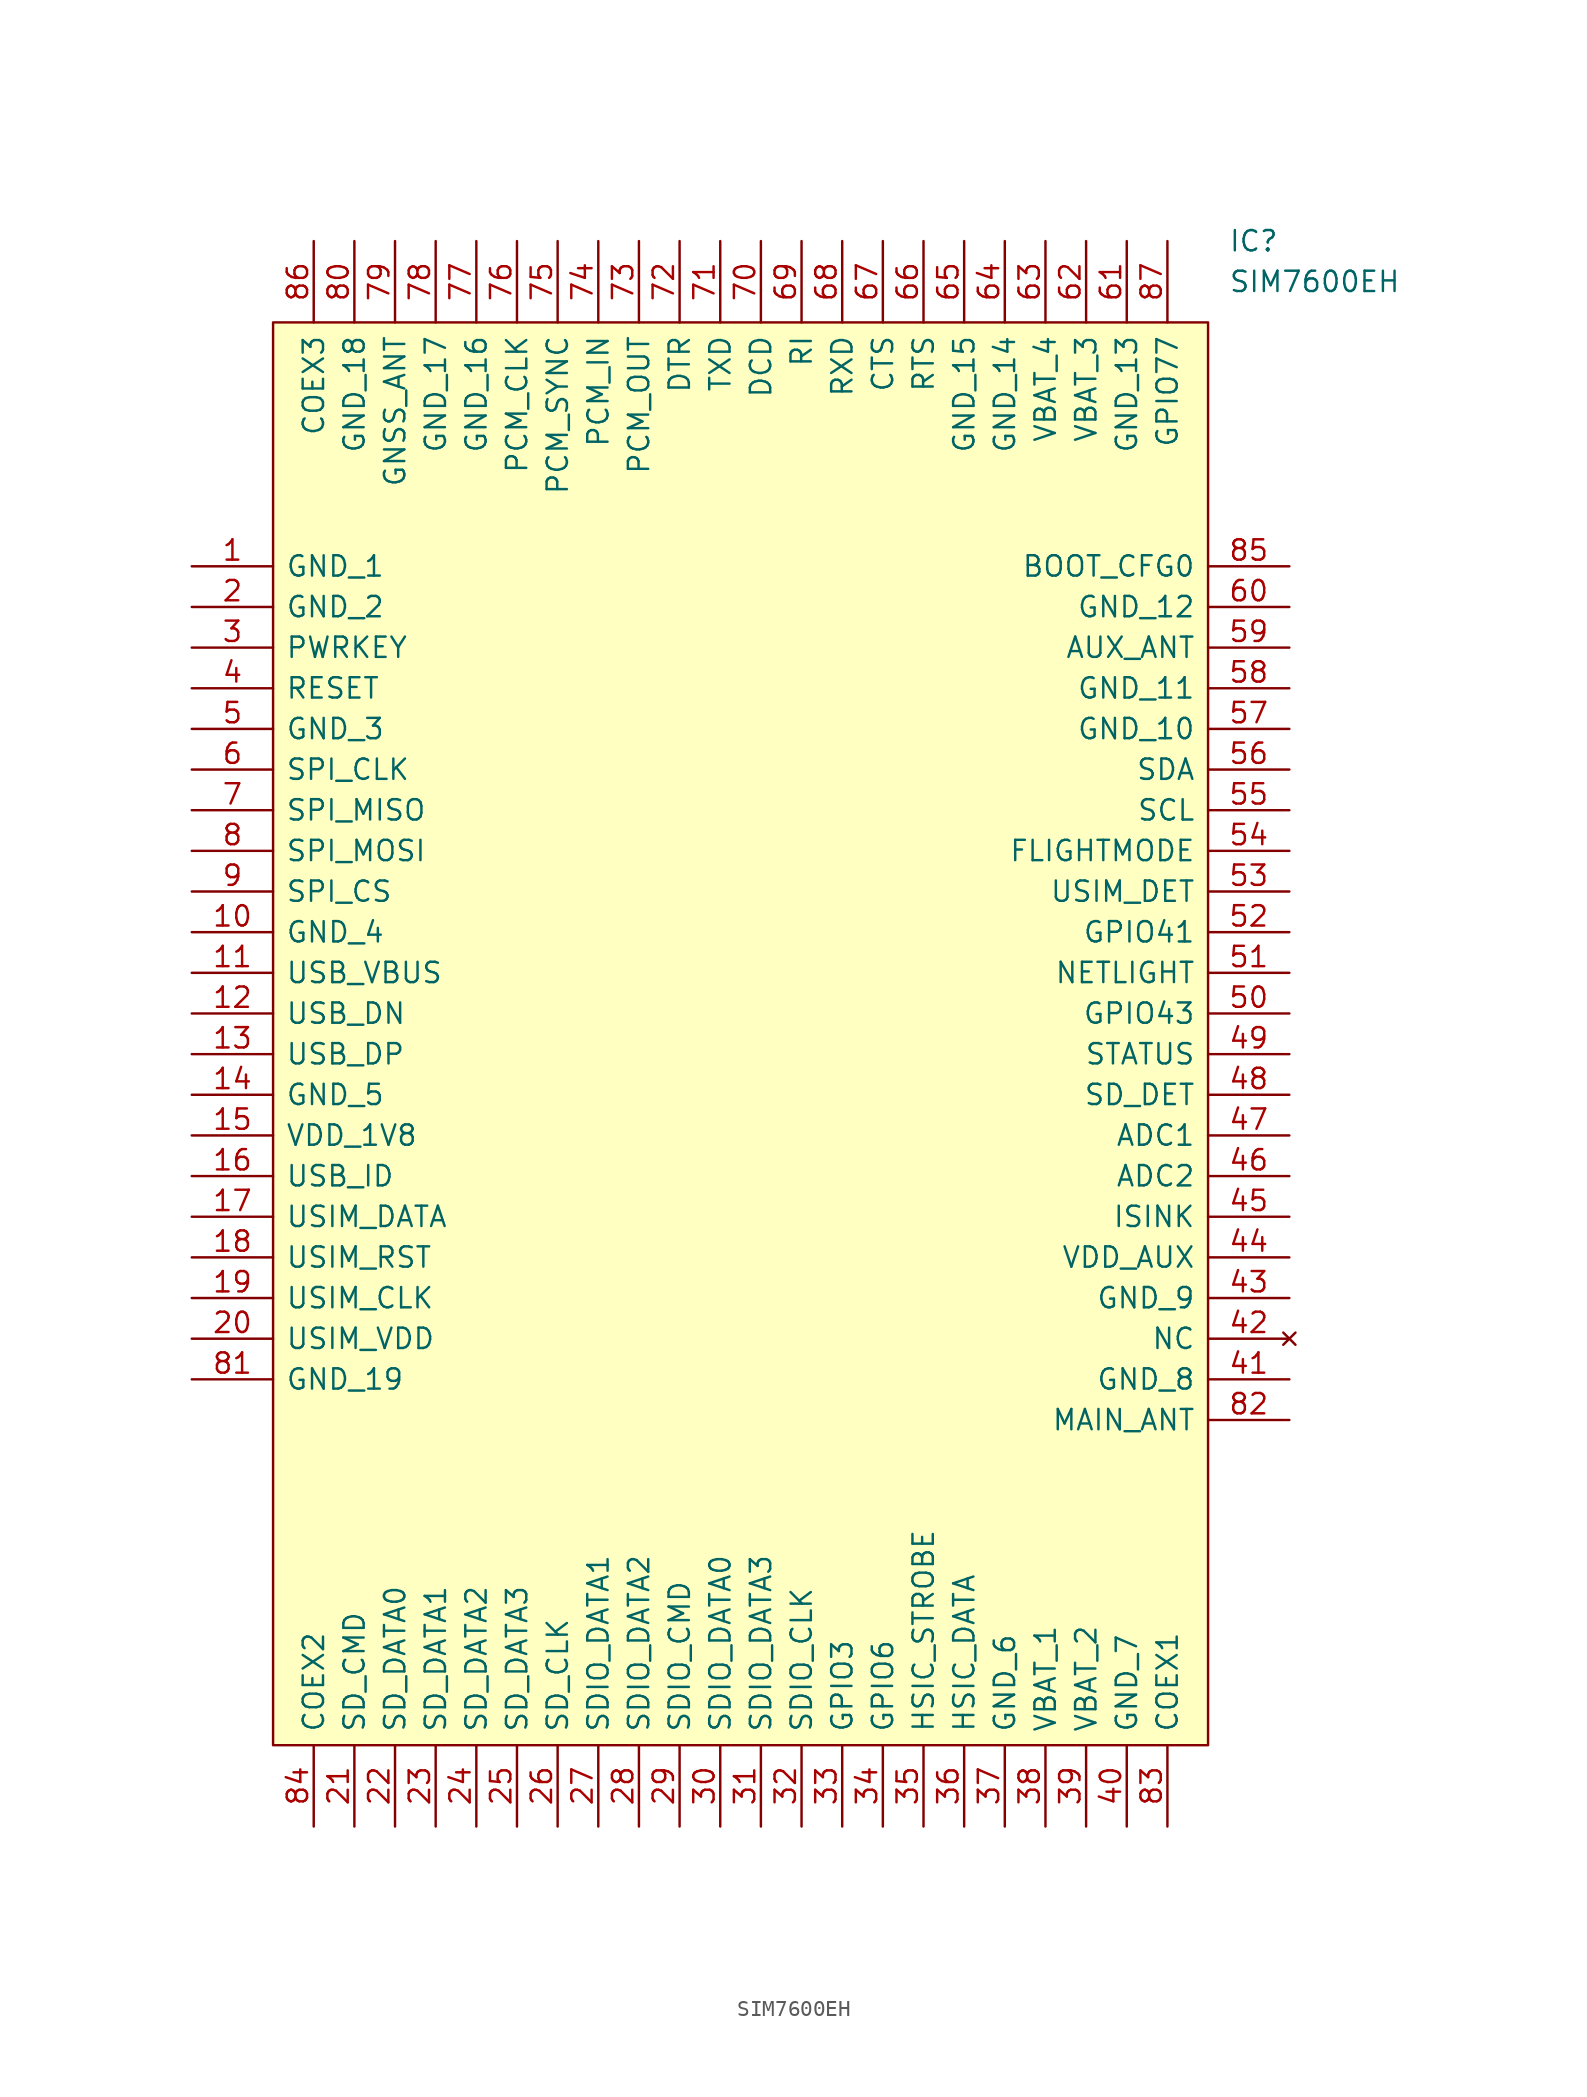
<source format=kicad_sym>
(kicad_symbol_lib
  (version 20211014)
  (generator kicad_symbol_editor)
  (symbol "SIM7600EH"
    (pin_names
      (offset 0.762))
    (property "Reference" "IC"
      (at 64.77 20.32 0)
      (effects (font (size 1.27 1.27)) (justify left)))
    (property "Value" "SIM7600EH"
      (at 64.77 17.78 0)
      (effects (font (size 1.27 1.27)) (justify left)))
    (symbol "SIM7600EH_0_0"
      (pin passive line (at 0 0 0) (length 5.08) (name "GND_1" (effects (font (size 1.27 1.27)))) (number "1" (effects (font (size 1.27 1.27)))))
      (pin passive line (at 0 -22.86 0) (length 5.08) (name "GND_4" (effects (font (size 1.27 1.27)))) (number "10" (effects (font (size 1.27 1.27)))))
      (pin passive line (at 0 -25.4 0) (length 5.08) (name "USB_VBUS" (effects (font (size 1.27 1.27)))) (number "11" (effects (font (size 1.27 1.27)))))
      (pin passive line (at 0 -27.94 0) (length 5.08) (name "USB_DN" (effects (font (size 1.27 1.27)))) (number "12" (effects (font (size 1.27 1.27)))))
      (pin passive line (at 0 -30.48 0) (length 5.08) (name "USB_DP" (effects (font (size 1.27 1.27)))) (number "13" (effects (font (size 1.27 1.27)))))
      (pin passive line (at 0 -33.02 0) (length 5.08) (name "GND_5" (effects (font (size 1.27 1.27)))) (number "14" (effects (font (size 1.27 1.27)))))
      (pin passive line (at 0 -35.56 0) (length 5.08) (name "VDD_1V8" (effects (font (size 1.27 1.27)))) (number "15" (effects (font (size 1.27 1.27)))))
      (pin passive line (at 0 -38.1 0) (length 5.08) (name "USB_ID" (effects (font (size 1.27 1.27)))) (number "16" (effects (font (size 1.27 1.27)))))
      (pin passive line (at 0 -40.64 0) (length 5.08) (name "USIM_DATA" (effects (font (size 1.27 1.27)))) (number "17" (effects (font (size 1.27 1.27)))))
      (pin passive line (at 0 -43.18 0) (length 5.08) (name "USIM_RST" (effects (font (size 1.27 1.27)))) (number "18" (effects (font (size 1.27 1.27)))))
      (pin passive line (at 0 -45.72 0) (length 5.08) (name "USIM_CLK" (effects (font (size 1.27 1.27)))) (number "19" (effects (font (size 1.27 1.27)))))
      (pin passive line (at 0 -2.54 0) (length 5.08) (name "GND_2" (effects (font (size 1.27 1.27)))) (number "2" (effects (font (size 1.27 1.27)))))
      (pin passive line (at 0 -48.26 0) (length 5.08) (name "USIM_VDD" (effects (font (size 1.27 1.27)))) (number "20" (effects (font (size 1.27 1.27)))))
      (pin passive line (at 10.16 -78.74 90) (length 5.08) (name "SD_CMD" (effects (font (size 1.27 1.27)))) (number "21" (effects (font (size 1.27 1.27)))))
      (pin passive line (at 12.7 -78.74 90) (length 5.08) (name "SD_DATA0" (effects (font (size 1.27 1.27)))) (number "22" (effects (font (size 1.27 1.27)))))
      (pin passive line (at 15.24 -78.74 90) (length 5.08) (name "SD_DATA1" (effects (font (size 1.27 1.27)))) (number "23" (effects (font (size 1.27 1.27)))))
      (pin passive line (at 17.78 -78.74 90) (length 5.08) (name "SD_DATA2" (effects (font (size 1.27 1.27)))) (number "24" (effects (font (size 1.27 1.27)))))
      (pin passive line (at 20.32 -78.74 90) (length 5.08) (name "SD_DATA3" (effects (font (size 1.27 1.27)))) (number "25" (effects (font (size 1.27 1.27)))))
      (pin passive line (at 22.86 -78.74 90) (length 5.08) (name "SD_CLK" (effects (font (size 1.27 1.27)))) (number "26" (effects (font (size 1.27 1.27)))))
      (pin passive line (at 25.4 -78.74 90) (length 5.08) (name "SDIO_DATA1" (effects (font (size 1.27 1.27)))) (number "27" (effects (font (size 1.27 1.27)))))
      (pin passive line (at 27.94 -78.74 90) (length 5.08) (name "SDIO_DATA2" (effects (font (size 1.27 1.27)))) (number "28" (effects (font (size 1.27 1.27)))))
      (pin passive line (at 30.48 -78.74 90) (length 5.08) (name "SDIO_CMD" (effects (font (size 1.27 1.27)))) (number "29" (effects (font (size 1.27 1.27)))))
      (pin passive line (at 0 -5.08 0) (length 5.08) (name "PWRKEY" (effects (font (size 1.27 1.27)))) (number "3" (effects (font (size 1.27 1.27)))))
      (pin passive line (at 33.02 -78.74 90) (length 5.08) (name "SDIO_DATA0" (effects (font (size 1.27 1.27)))) (number "30" (effects (font (size 1.27 1.27)))))
      (pin passive line (at 35.56 -78.74 90) (length 5.08) (name "SDIO_DATA3" (effects (font (size 1.27 1.27)))) (number "31" (effects (font (size 1.27 1.27)))))
      (pin passive line (at 38.1 -78.74 90) (length 5.08) (name "SDIO_CLK" (effects (font (size 1.27 1.27)))) (number "32" (effects (font (size 1.27 1.27)))))
      (pin passive line (at 40.64 -78.74 90) (length 5.08) (name "GPIO3" (effects (font (size 1.27 1.27)))) (number "33" (effects (font (size 1.27 1.27)))))
      (pin passive line (at 43.18 -78.74 90) (length 5.08) (name "GPIO6" (effects (font (size 1.27 1.27)))) (number "34" (effects (font (size 1.27 1.27)))))
      (pin passive line (at 45.72 -78.74 90) (length 5.08) (name "HSIC_STROBE" (effects (font (size 1.27 1.27)))) (number "35" (effects (font (size 1.27 1.27)))))
      (pin passive line (at 48.26 -78.74 90) (length 5.08) (name "HSIC_DATA" (effects (font (size 1.27 1.27)))) (number "36" (effects (font (size 1.27 1.27)))))
      (pin passive line (at 50.8 -78.74 90) (length 5.08) (name "GND_6" (effects (font (size 1.27 1.27)))) (number "37" (effects (font (size 1.27 1.27)))))
      (pin passive line (at 53.34 -78.74 90) (length 5.08) (name "VBAT_1" (effects (font (size 1.27 1.27)))) (number "38" (effects (font (size 1.27 1.27)))))
      (pin passive line (at 55.88 -78.74 90) (length 5.08) (name "VBAT_2" (effects (font (size 1.27 1.27)))) (number "39" (effects (font (size 1.27 1.27)))))
      (pin passive line (at 0 -7.62 0) (length 5.08) (name "RESET" (effects (font (size 1.27 1.27)))) (number "4" (effects (font (size 1.27 1.27)))))
      (pin passive line (at 58.42 -78.74 90) (length 5.08) (name "GND_7" (effects (font (size 1.27 1.27)))) (number "40" (effects (font (size 1.27 1.27)))))
      (pin passive line (at 68.58 -50.8 180) (length 5.08) (name "GND_8" (effects (font (size 1.27 1.27)))) (number "41" (effects (font (size 1.27 1.27)))))
      (pin no_connect line (at 68.58 -48.26 180) (length 5.08) (name "NC" (effects (font (size 1.27 1.27)))) (number "42" (effects (font (size 1.27 1.27)))))
      (pin passive line (at 68.58 -45.72 180) (length 5.08) (name "GND_9" (effects (font (size 1.27 1.27)))) (number "43" (effects (font (size 1.27 1.27)))))
      (pin passive line (at 68.58 -43.18 180) (length 5.08) (name "VDD_AUX" (effects (font (size 1.27 1.27)))) (number "44" (effects (font (size 1.27 1.27)))))
      (pin passive line (at 68.58 -40.64 180) (length 5.08) (name "ISINK" (effects (font (size 1.27 1.27)))) (number "45" (effects (font (size 1.27 1.27)))))
      (pin passive line (at 68.58 -38.1 180) (length 5.08) (name "ADC2" (effects (font (size 1.27 1.27)))) (number "46" (effects (font (size 1.27 1.27)))))
      (pin passive line (at 68.58 -35.56 180) (length 5.08) (name "ADC1" (effects (font (size 1.27 1.27)))) (number "47" (effects (font (size 1.27 1.27)))))
      (pin passive line (at 68.58 -33.02 180) (length 5.08) (name "SD_DET" (effects (font (size 1.27 1.27)))) (number "48" (effects (font (size 1.27 1.27)))))
      (pin passive line (at 68.58 -30.48 180) (length 5.08) (name "STATUS" (effects (font (size 1.27 1.27)))) (number "49" (effects (font (size 1.27 1.27)))))
      (pin passive line (at 0 -10.16 0) (length 5.08) (name "GND_3" (effects (font (size 1.27 1.27)))) (number "5" (effects (font (size 1.27 1.27)))))
      (pin passive line (at 68.58 -27.94 180) (length 5.08) (name "GPIO43" (effects (font (size 1.27 1.27)))) (number "50" (effects (font (size 1.27 1.27)))))
      (pin passive line (at 68.58 -25.4 180) (length 5.08) (name "NETLIGHT" (effects (font (size 1.27 1.27)))) (number "51" (effects (font (size 1.27 1.27)))))
      (pin passive line (at 68.58 -22.86 180) (length 5.08) (name "GPIO41" (effects (font (size 1.27 1.27)))) (number "52" (effects (font (size 1.27 1.27)))))
      (pin passive line (at 68.58 -20.32 180) (length 5.08) (name "USIM_DET" (effects (font (size 1.27 1.27)))) (number "53" (effects (font (size 1.27 1.27)))))
      (pin passive line (at 68.58 -17.78 180) (length 5.08) (name "FLIGHTMODE" (effects (font (size 1.27 1.27)))) (number "54" (effects (font (size 1.27 1.27)))))
      (pin passive line (at 68.58 -15.24 180) (length 5.08) (name "SCL" (effects (font (size 1.27 1.27)))) (number "55" (effects (font (size 1.27 1.27)))))
      (pin passive line (at 68.58 -12.7 180) (length 5.08) (name "SDA" (effects (font (size 1.27 1.27)))) (number "56" (effects (font (size 1.27 1.27)))))
      (pin passive line (at 68.58 -10.16 180) (length 5.08) (name "GND_10" (effects (font (size 1.27 1.27)))) (number "57" (effects (font (size 1.27 1.27)))))
      (pin passive line (at 68.58 -7.62 180) (length 5.08) (name "GND_11" (effects (font (size 1.27 1.27)))) (number "58" (effects (font (size 1.27 1.27)))))
      (pin passive line (at 68.58 -5.08 180) (length 5.08) (name "AUX_ANT" (effects (font (size 1.27 1.27)))) (number "59" (effects (font (size 1.27 1.27)))))
      (pin passive line (at 0 -12.7 0) (length 5.08) (name "SPI_CLK" (effects (font (size 1.27 1.27)))) (number "6" (effects (font (size 1.27 1.27)))))
      (pin passive line (at 68.58 -2.54 180) (length 5.08) (name "GND_12" (effects (font (size 1.27 1.27)))) (number "60" (effects (font (size 1.27 1.27)))))
      (pin passive line (at 58.42 20.32 270) (length 5.08) (name "GND_13" (effects (font (size 1.27 1.27)))) (number "61" (effects (font (size 1.27 1.27)))))
      (pin passive line (at 55.88 20.32 270) (length 5.08) (name "VBAT_3" (effects (font (size 1.27 1.27)))) (number "62" (effects (font (size 1.27 1.27)))))
      (pin passive line (at 53.34 20.32 270) (length 5.08) (name "VBAT_4" (effects (font (size 1.27 1.27)))) (number "63" (effects (font (size 1.27 1.27)))))
      (pin passive line (at 50.8 20.32 270) (length 5.08) (name "GND_14" (effects (font (size 1.27 1.27)))) (number "64" (effects (font (size 1.27 1.27)))))
      (pin passive line (at 48.26 20.32 270) (length 5.08) (name "GND_15" (effects (font (size 1.27 1.27)))) (number "65" (effects (font (size 1.27 1.27)))))
      (pin passive line (at 45.72 20.32 270) (length 5.08) (name "RTS" (effects (font (size 1.27 1.27)))) (number "66" (effects (font (size 1.27 1.27)))))
      (pin passive line (at 43.18 20.32 270) (length 5.08) (name "CTS" (effects (font (size 1.27 1.27)))) (number "67" (effects (font (size 1.27 1.27)))))
      (pin passive line (at 40.64 20.32 270) (length 5.08) (name "RXD" (effects (font (size 1.27 1.27)))) (number "68" (effects (font (size 1.27 1.27)))))
      (pin passive line (at 38.1 20.32 270) (length 5.08) (name "RI" (effects (font (size 1.27 1.27)))) (number "69" (effects (font (size 1.27 1.27)))))
      (pin passive line (at 0 -15.24 0) (length 5.08) (name "SPI_MISO" (effects (font (size 1.27 1.27)))) (number "7" (effects (font (size 1.27 1.27)))))
      (pin passive line (at 35.56 20.32 270) (length 5.08) (name "DCD" (effects (font (size 1.27 1.27)))) (number "70" (effects (font (size 1.27 1.27)))))
      (pin passive line (at 33.02 20.32 270) (length 5.08) (name "TXD" (effects (font (size 1.27 1.27)))) (number "71" (effects (font (size 1.27 1.27)))))
      (pin passive line (at 30.48 20.32 270) (length 5.08) (name "DTR" (effects (font (size 1.27 1.27)))) (number "72" (effects (font (size 1.27 1.27)))))
      (pin passive line (at 27.94 20.32 270) (length 5.08) (name "PCM_OUT" (effects (font (size 1.27 1.27)))) (number "73" (effects (font (size 1.27 1.27)))))
      (pin passive line (at 25.4 20.32 270) (length 5.08) (name "PCM_IN" (effects (font (size 1.27 1.27)))) (number "74" (effects (font (size 1.27 1.27)))))
      (pin passive line (at 22.86 20.32 270) (length 5.08) (name "PCM_SYNC" (effects (font (size 1.27 1.27)))) (number "75" (effects (font (size 1.27 1.27)))))
      (pin passive line (at 20.32 20.32 270) (length 5.08) (name "PCM_CLK" (effects (font (size 1.27 1.27)))) (number "76" (effects (font (size 1.27 1.27)))))
      (pin passive line (at 17.78 20.32 270) (length 5.08) (name "GND_16" (effects (font (size 1.27 1.27)))) (number "77" (effects (font (size 1.27 1.27)))))
      (pin passive line (at 15.24 20.32 270) (length 5.08) (name "GND_17" (effects (font (size 1.27 1.27)))) (number "78" (effects (font (size 1.27 1.27)))))
      (pin passive line (at 12.7 20.32 270) (length 5.08) (name "GNSS_ANT" (effects (font (size 1.27 1.27)))) (number "79" (effects (font (size 1.27 1.27)))))
      (pin passive line (at 0 -17.78 0) (length 5.08) (name "SPI_MOSI" (effects (font (size 1.27 1.27)))) (number "8" (effects (font (size 1.27 1.27)))))
      (pin passive line (at 10.16 20.32 270) (length 5.08) (name "GND_18" (effects (font (size 1.27 1.27)))) (number "80" (effects (font (size 1.27 1.27)))))
      (pin passive line (at 0 -50.8 0) (length 5.08) (name "GND_19" (effects (font (size 1.27 1.27)))) (number "81" (effects (font (size 1.27 1.27)))))
      (pin passive line (at 68.58 -53.34 180) (length 5.08) (name "MAIN_ANT" (effects (font (size 1.27 1.27)))) (number "82" (effects (font (size 1.27 1.27)))))
      (pin passive line (at 60.96 -78.74 90) (length 5.08) (name "COEX1" (effects (font (size 1.27 1.27)))) (number "83" (effects (font (size 1.27 1.27)))))
      (pin passive line (at 7.62 -78.74 90) (length 5.08) (name "COEX2" (effects (font (size 1.27 1.27)))) (number "84" (effects (font (size 1.27 1.27)))))
      (pin passive line (at 68.58 0 180) (length 5.08) (name "BOOT_CFG0" (effects (font (size 1.27 1.27)))) (number "85" (effects (font (size 1.27 1.27)))))
      (pin passive line (at 7.62 20.32 270) (length 5.08) (name "COEX3" (effects (font (size 1.27 1.27)))) (number "86" (effects (font (size 1.27 1.27)))))
      (pin passive line (at 60.96 20.32 270) (length 5.08) (name "GPIO77" (effects (font (size 1.27 1.27)))) (number "87" (effects (font (size 1.27 1.27)))))
      (pin passive line (at 0 -20.32 0) (length 5.08) (name "SPI_CS" (effects (font (size 1.27 1.27)))) (number "9" (effects (font (size 1.27 1.27))))))
    (symbol "SIM7600EH_0_1"
      (polyline (pts (xy 5.08 15.24) (xy 63.5 15.24) (xy 63.5 -73.66) (xy 5.08 -73.66) (xy 5.08 15.24)) (stroke (width 0.152) (type default) (color 0 0 0 0)) (fill (type background))))))
</source>
